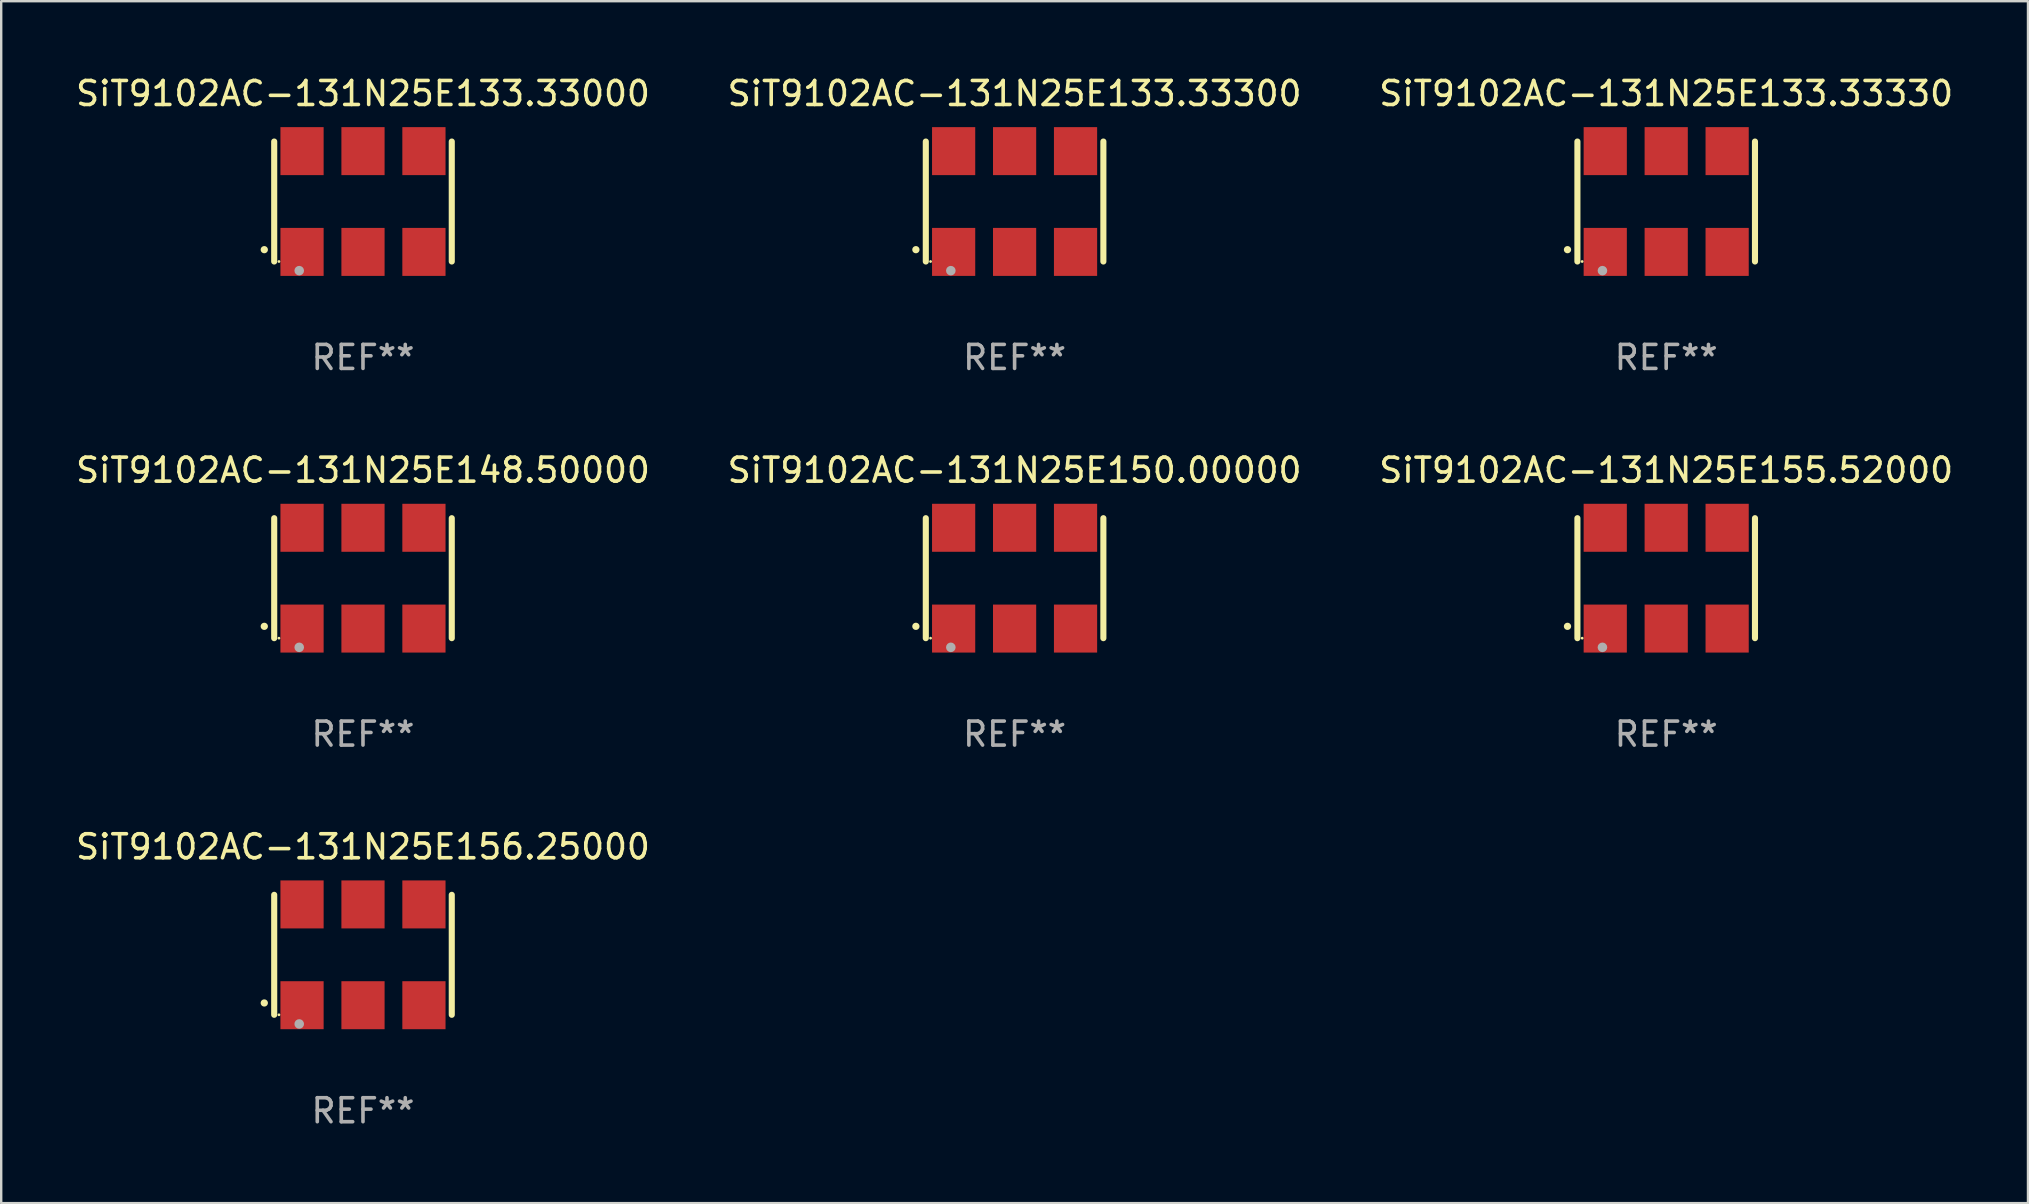
<source format=kicad_pcb>
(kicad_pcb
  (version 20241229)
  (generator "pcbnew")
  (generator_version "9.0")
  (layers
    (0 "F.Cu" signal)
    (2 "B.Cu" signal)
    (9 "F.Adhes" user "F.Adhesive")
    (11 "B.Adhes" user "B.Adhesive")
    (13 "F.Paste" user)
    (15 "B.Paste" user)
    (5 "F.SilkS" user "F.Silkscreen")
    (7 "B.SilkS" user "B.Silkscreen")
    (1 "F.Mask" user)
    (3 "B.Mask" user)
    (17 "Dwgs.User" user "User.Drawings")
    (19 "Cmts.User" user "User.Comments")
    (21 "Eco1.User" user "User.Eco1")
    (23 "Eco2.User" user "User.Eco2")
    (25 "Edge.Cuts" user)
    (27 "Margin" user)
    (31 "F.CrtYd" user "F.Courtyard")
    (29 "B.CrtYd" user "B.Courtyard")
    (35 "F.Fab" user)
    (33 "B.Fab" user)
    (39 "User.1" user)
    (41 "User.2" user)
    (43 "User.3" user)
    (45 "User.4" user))
  (footprint "SiT9102AC-131N25E133.33330"
    (layer "F.Cu")
    (at 66.387 5.348)
    (property "Reference" "SiT9102AC-131N25E133.33330" (at 0 -4.5 0) (layer "F.SilkS") (effects (font (size 1 1) (thickness 0.15))))
    (attr through_hole)
    (fp_line (start -3.7 -2.5) (end -3.7 2.5) (stroke (width 0.254) (type solid)) (layer "F.SilkS"))
    (fp_line (start 3.7 -2.5) (end 3.7 2.5) (stroke (width 0.254) (type solid)) (layer "F.SilkS"))
    (fp_arc (start -4.114415 2.006604) (mid -4.113145 2.006599) (end -4.111875 2.006604) (stroke (width 0.3) (type solid)) (layer "F.SilkS"))
    (fp_circle (center -3.502 2.5) (end -3.472 2.5) (stroke (width 0.06) (type solid)) (fill no) (layer "F.SilkS"))
    (fp_circle (center -2.657 2.882) (end -2.557 2.882) (stroke (width 0.2) (type solid)) (fill no) (layer "F.Fab"))
    (fp_text user "REF**" (at 0 6.5 0) (layer "F.Fab") (effects (font (size 1 1) (thickness 0.15))))
    (pad "1" smd rect (at -2.54 2.1) (size 1.8 2) (layers "F.Cu" "F.Mask" "F.Paste"))
    (pad "2" smd rect (at 0.000394 2.1) (size 1.8 2) (layers "F.Cu" "F.Mask" "F.Paste"))
    (pad "3" smd rect (at 2.54 2.1) (size 1.8 2) (layers "F.Cu" "F.Mask" "F.Paste"))
    (pad "4" smd rect (at 2.54 -2.1) (size 1.8 2) (layers "F.Cu" "F.Mask" "F.Paste"))
    (pad "5" smd rect (at 0.000394 -2.1) (size 1.8 2) (layers "F.Cu" "F.Mask" "F.Paste"))
    (pad "6" smd rect (at -2.54 -2.1) (size 1.8 2) (layers "F.Cu" "F.Mask" "F.Paste")))
  (footprint "SiT9102AC-131N25E155.52000"
    (layer "F.Cu")
    (at 66.387 21.045)
    (property "Reference" "SiT9102AC-131N25E155.52000" (at 0 -4.5 0) (layer "F.SilkS") (effects (font (size 1 1) (thickness 0.15))))
    (attr through_hole)
    (fp_line (start -3.7 -2.5) (end -3.7 2.5) (stroke (width 0.254) (type solid)) (layer "F.SilkS"))
    (fp_line (start 3.7 -2.5) (end 3.7 2.5) (stroke (width 0.254) (type solid)) (layer "F.SilkS"))
    (fp_arc (start -4.114415 2.006604) (mid -4.113145 2.006599) (end -4.111875 2.006604) (stroke (width 0.3) (type solid)) (layer "F.SilkS"))
    (fp_circle (center -3.502 2.5) (end -3.472 2.5) (stroke (width 0.06) (type solid)) (fill no) (layer "F.SilkS"))
    (fp_circle (center -2.657 2.882) (end -2.557 2.882) (stroke (width 0.2) (type solid)) (fill no) (layer "F.Fab"))
    (fp_text user "REF**" (at 0 6.5 0) (layer "F.Fab") (effects (font (size 1 1) (thickness 0.15))))
    (pad "1" smd rect (at -2.54 2.1) (size 1.8 2) (layers "F.Cu" "F.Mask" "F.Paste"))
    (pad "2" smd rect (at 0.000394 2.1) (size 1.8 2) (layers "F.Cu" "F.Mask" "F.Paste"))
    (pad "3" smd rect (at 2.54 2.1) (size 1.8 2) (layers "F.Cu" "F.Mask" "F.Paste"))
    (pad "4" smd rect (at 2.54 -2.1) (size 1.8 2) (layers "F.Cu" "F.Mask" "F.Paste"))
    (pad "5" smd rect (at 0.000394 -2.1) (size 1.8 2) (layers "F.Cu" "F.Mask" "F.Paste"))
    (pad "6" smd rect (at -2.54 -2.1) (size 1.8 2) (layers "F.Cu" "F.Mask" "F.Paste")))
  (footprint "SiT9102AC-131N25E148.50000"
    (layer "F.Cu")
    (at 12.077 21.045)
    (property "Reference" "SiT9102AC-131N25E148.50000" (at 0 -4.5 0) (layer "F.SilkS") (effects (font (size 1 1) (thickness 0.15))))
    (attr through_hole)
    (fp_line (start -3.7 -2.5) (end -3.7 2.5) (stroke (width 0.254) (type solid)) (layer "F.SilkS"))
    (fp_line (start 3.7 -2.5) (end 3.7 2.5) (stroke (width 0.254) (type solid)) (layer "F.SilkS"))
    (fp_arc (start -4.114415 2.006604) (mid -4.113145 2.006599) (end -4.111875 2.006604) (stroke (width 0.3) (type solid)) (layer "F.SilkS"))
    (fp_circle (center -3.502 2.5) (end -3.472 2.5) (stroke (width 0.06) (type solid)) (fill no) (layer "F.SilkS"))
    (fp_circle (center -2.657 2.882) (end -2.557 2.882) (stroke (width 0.2) (type solid)) (fill no) (layer "F.Fab"))
    (fp_text user "REF**" (at 0 6.5 0) (layer "F.Fab") (effects (font (size 1 1) (thickness 0.15))))
    (pad "1" smd rect (at -2.54 2.1) (size 1.8 2) (layers "F.Cu" "F.Mask" "F.Paste"))
    (pad "2" smd rect (at 0.000394 2.1) (size 1.8 2) (layers "F.Cu" "F.Mask" "F.Paste"))
    (pad "3" smd rect (at 2.54 2.1) (size 1.8 2) (layers "F.Cu" "F.Mask" "F.Paste"))
    (pad "4" smd rect (at 2.54 -2.1) (size 1.8 2) (layers "F.Cu" "F.Mask" "F.Paste"))
    (pad "5" smd rect (at 0.000394 -2.1) (size 1.8 2) (layers "F.Cu" "F.Mask" "F.Paste"))
    (pad "6" smd rect (at -2.54 -2.1) (size 1.8 2) (layers "F.Cu" "F.Mask" "F.Paste")))
  (footprint "SiT9102AC-131N25E133.33000"
    (layer "F.Cu")
    (at 12.077 5.348)
    (property "Reference" "SiT9102AC-131N25E133.33000" (at 0 -4.5 0) (layer "F.SilkS") (effects (font (size 1 1) (thickness 0.15))))
    (attr through_hole)
    (fp_line (start -3.7 -2.5) (end -3.7 2.5) (stroke (width 0.254) (type solid)) (layer "F.SilkS"))
    (fp_line (start 3.7 -2.5) (end 3.7 2.5) (stroke (width 0.254) (type solid)) (layer "F.SilkS"))
    (fp_arc (start -4.114415 2.006604) (mid -4.113145 2.006599) (end -4.111875 2.006604) (stroke (width 0.3) (type solid)) (layer "F.SilkS"))
    (fp_circle (center -3.502 2.5) (end -3.472 2.5) (stroke (width 0.06) (type solid)) (fill no) (layer "F.SilkS"))
    (fp_circle (center -2.657 2.882) (end -2.557 2.882) (stroke (width 0.2) (type solid)) (fill no) (layer "F.Fab"))
    (fp_text user "REF**" (at 0 6.5 0) (layer "F.Fab") (effects (font (size 1 1) (thickness 0.15))))
    (pad "1" smd rect (at -2.54 2.1) (size 1.8 2) (layers "F.Cu" "F.Mask" "F.Paste"))
    (pad "2" smd rect (at 0.000394 2.1) (size 1.8 2) (layers "F.Cu" "F.Mask" "F.Paste"))
    (pad "3" smd rect (at 2.54 2.1) (size 1.8 2) (layers "F.Cu" "F.Mask" "F.Paste"))
    (pad "4" smd rect (at 2.54 -2.1) (size 1.8 2) (layers "F.Cu" "F.Mask" "F.Paste"))
    (pad "5" smd rect (at 0.000394 -2.1) (size 1.8 2) (layers "F.Cu" "F.Mask" "F.Paste"))
    (pad "6" smd rect (at -2.54 -2.1) (size 1.8 2) (layers "F.Cu" "F.Mask" "F.Paste")))
  (footprint "SiT9102AC-131N25E156.25000"
    (layer "F.Cu")
    (at 12.077 36.741)
    (property "Reference" "SiT9102AC-131N25E156.25000" (at 0 -4.5 0) (layer "F.SilkS") (effects (font (size 1 1) (thickness 0.15))))
    (attr through_hole)
    (fp_line (start -3.7 -2.5) (end -3.7 2.5) (stroke (width 0.254) (type solid)) (layer "F.SilkS"))
    (fp_line (start 3.7 -2.5) (end 3.7 2.5) (stroke (width 0.254) (type solid)) (layer "F.SilkS"))
    (fp_arc (start -4.114415 2.006604) (mid -4.113145 2.006599) (end -4.111875 2.006604) (stroke (width 0.3) (type solid)) (layer "F.SilkS"))
    (fp_circle (center -3.502 2.5) (end -3.472 2.5) (stroke (width 0.06) (type solid)) (fill no) (layer "F.SilkS"))
    (fp_circle (center -2.657 2.882) (end -2.557 2.882) (stroke (width 0.2) (type solid)) (fill no) (layer "F.Fab"))
    (fp_text user "REF**" (at 0 6.5 0) (layer "F.Fab") (effects (font (size 1 1) (thickness 0.15))))
    (pad "1" smd rect (at -2.54 2.1) (size 1.8 2) (layers "F.Cu" "F.Mask" "F.Paste"))
    (pad "2" smd rect (at 0.000394 2.1) (size 1.8 2) (layers "F.Cu" "F.Mask" "F.Paste"))
    (pad "3" smd rect (at 2.54 2.1) (size 1.8 2) (layers "F.Cu" "F.Mask" "F.Paste"))
    (pad "4" smd rect (at 2.54 -2.1) (size 1.8 2) (layers "F.Cu" "F.Mask" "F.Paste"))
    (pad "5" smd rect (at 0.000394 -2.1) (size 1.8 2) (layers "F.Cu" "F.Mask" "F.Paste"))
    (pad "6" smd rect (at -2.54 -2.1) (size 1.8 2) (layers "F.Cu" "F.Mask" "F.Paste")))
  (footprint "SiT9102AC-131N25E150.00000"
    (layer "F.Cu")
    (at 39.232 21.045)
    (property "Reference" "SiT9102AC-131N25E150.00000" (at 0 -4.5 0) (layer "F.SilkS") (effects (font (size 1 1) (thickness 0.15))))
    (attr through_hole)
    (fp_line (start -3.7 -2.5) (end -3.7 2.5) (stroke (width 0.254) (type solid)) (layer "F.SilkS"))
    (fp_line (start 3.7 -2.5) (end 3.7 2.5) (stroke (width 0.254) (type solid)) (layer "F.SilkS"))
    (fp_arc (start -4.114415 2.006604) (mid -4.113145 2.006599) (end -4.111875 2.006604) (stroke (width 0.3) (type solid)) (layer "F.SilkS"))
    (fp_circle (center -3.502 2.5) (end -3.472 2.5) (stroke (width 0.06) (type solid)) (fill no) (layer "F.SilkS"))
    (fp_circle (center -2.657 2.882) (end -2.557 2.882) (stroke (width 0.2) (type solid)) (fill no) (layer "F.Fab"))
    (fp_text user "REF**" (at 0 6.5 0) (layer "F.Fab") (effects (font (size 1 1) (thickness 0.15))))
    (pad "1" smd rect (at -2.54 2.1) (size 1.8 2) (layers "F.Cu" "F.Mask" "F.Paste"))
    (pad "2" smd rect (at 0.000394 2.1) (size 1.8 2) (layers "F.Cu" "F.Mask" "F.Paste"))
    (pad "3" smd rect (at 2.54 2.1) (size 1.8 2) (layers "F.Cu" "F.Mask" "F.Paste"))
    (pad "4" smd rect (at 2.54 -2.1) (size 1.8 2) (layers "F.Cu" "F.Mask" "F.Paste"))
    (pad "5" smd rect (at 0.000394 -2.1) (size 1.8 2) (layers "F.Cu" "F.Mask" "F.Paste"))
    (pad "6" smd rect (at -2.54 -2.1) (size 1.8 2) (layers "F.Cu" "F.Mask" "F.Paste")))
  (footprint "SiT9102AC-131N25E133.33300"
    (layer "F.Cu")
    (at 39.232 5.348)
    (property "Reference" "SiT9102AC-131N25E133.33300" (at 0 -4.5 0) (layer "F.SilkS") (effects (font (size 1 1) (thickness 0.15))))
    (attr through_hole)
    (fp_line (start -3.7 -2.5) (end -3.7 2.5) (stroke (width 0.254) (type solid)) (layer "F.SilkS"))
    (fp_line (start 3.7 -2.5) (end 3.7 2.5) (stroke (width 0.254) (type solid)) (layer "F.SilkS"))
    (fp_arc (start -4.114415 2.006604) (mid -4.113145 2.006599) (end -4.111875 2.006604) (stroke (width 0.3) (type solid)) (layer "F.SilkS"))
    (fp_circle (center -3.502 2.5) (end -3.472 2.5) (stroke (width 0.06) (type solid)) (fill no) (layer "F.SilkS"))
    (fp_circle (center -2.657 2.882) (end -2.557 2.882) (stroke (width 0.2) (type solid)) (fill no) (layer "F.Fab"))
    (fp_text user "REF**" (at 0 6.5 0) (layer "F.Fab") (effects (font (size 1 1) (thickness 0.15))))
    (pad "1" smd rect (at -2.54 2.1) (size 1.8 2) (layers "F.Cu" "F.Mask" "F.Paste"))
    (pad "2" smd rect (at 0.000394 2.1) (size 1.8 2) (layers "F.Cu" "F.Mask" "F.Paste"))
    (pad "3" smd rect (at 2.54 2.1) (size 1.8 2) (layers "F.Cu" "F.Mask" "F.Paste"))
    (pad "4" smd rect (at 2.54 -2.1) (size 1.8 2) (layers "F.Cu" "F.Mask" "F.Paste"))
    (pad "5" smd rect (at 0.000394 -2.1) (size 1.8 2) (layers "F.Cu" "F.Mask" "F.Paste"))
    (pad "6" smd rect (at -2.54 -2.1) (size 1.8 2) (layers "F.Cu" "F.Mask" "F.Paste")))
  (gr_rect
    (start -3 -3)
    (end 81.464 47.09)
    (stroke (width 0.1) (type default))
    (fill no)
    (layer "Edge.Cuts")))
</source>
